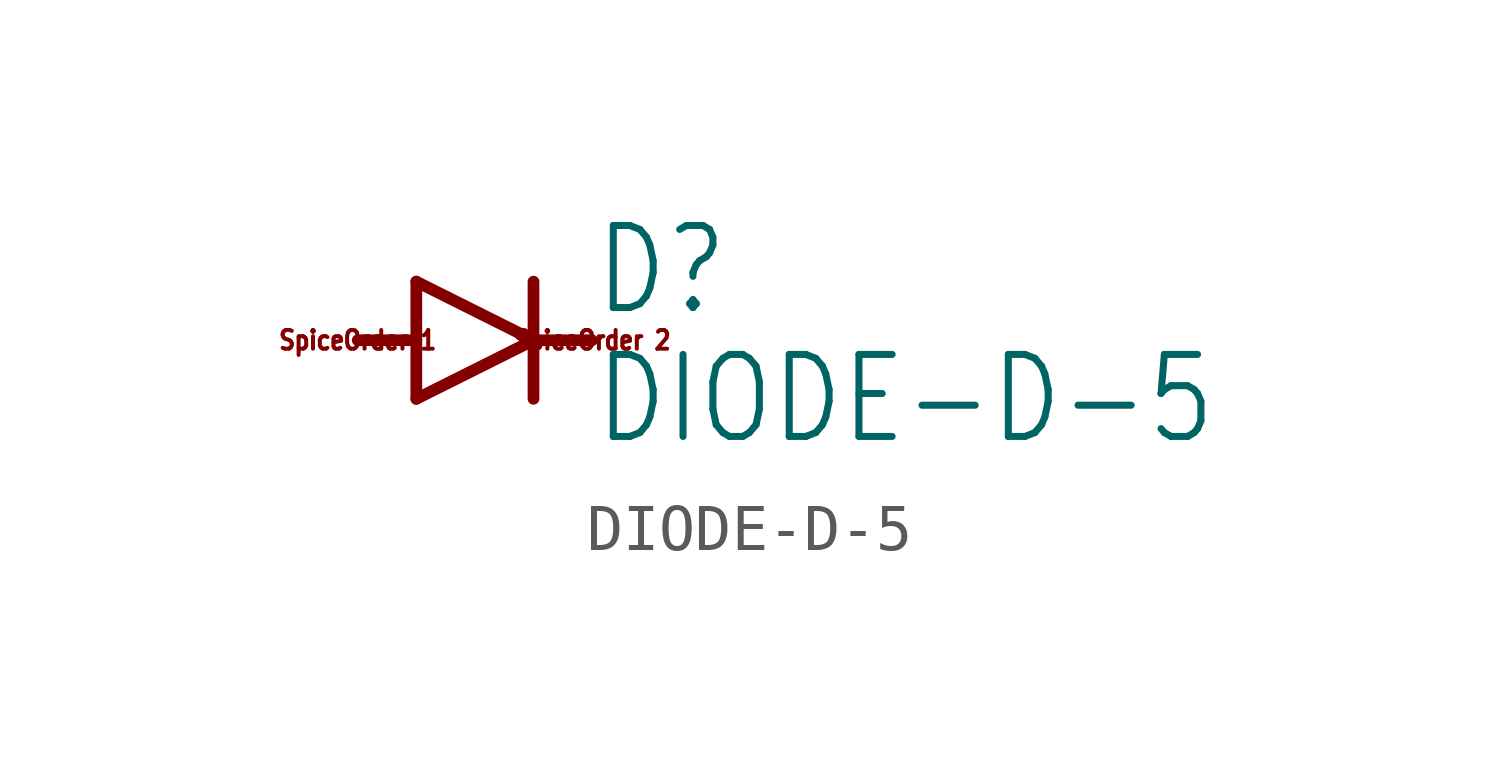
<source format=kicad_sym>
(kicad_symbol_lib
  (version 20211014)
  (generator kicad_symbol_editor)
  (symbol "DIODE-D-5"
    (property "Reference" "D"
      (at 2.54 0.483 0)
      (effects (font (size 1.778 1.511)) (justify left bottom)))
    (property "Value" "DIODE-D-5"
      (at 2.54 -2.311 0)
      (effects (font (size 1.778 1.511)) (justify left bottom)))
    (property "ki_locked" ""
      (at 0 0 0)
      (effects (font (size 1.27 1.27))))
    (symbol "DIODE-D-5_1_0"
      (polyline (pts (xy -1.27 -1.27) (xy 1.27 0)) (stroke (width 0.254) (type default) (color 0 0 0 0)) (fill (type none)))
      (polyline (pts (xy -1.27 0) (xy -2.54 0)) (stroke (width 0.254) (type default) (color 0 0 0 0)) (fill (type none)))
      (polyline (pts (xy -1.27 0) (xy -1.27 -1.27)) (stroke (width 0.254) (type default) (color 0 0 0 0)) (fill (type none)))
      (polyline (pts (xy -1.27 1.27) (xy -1.27 0)) (stroke (width 0.254) (type default) (color 0 0 0 0)) (fill (type none)))
      (polyline (pts (xy 1.27 0) (xy -1.27 1.27)) (stroke (width 0.254) (type default) (color 0 0 0 0)) (fill (type none)))
      (polyline (pts (xy 1.27 0) (xy 1.27 -1.27)) (stroke (width 0.254) (type default) (color 0 0 0 0)) (fill (type none)))
      (polyline (pts (xy 1.27 1.27) (xy 1.27 0)) (stroke (width 0.254) (type default) (color 0 0 0 0)) (fill (type none)))
      (polyline (pts (xy 2.54 0) (xy 1.27 0)) (stroke (width 0.254) (type default) (color 0 0 0 0)) (fill (type none)))
      (text "SpiceOrder 1" (at -2.54 0 0) (effects (font (size 0.406 0.345))))
      (text "SpiceOrder 2" (at 2.54 0 0) (effects (font (size 0.406 0.345))))
      (pin passive line (at -2.54 0 0) (length 0) (name "A" (effects (font (size 0 0)))) (number "A" (effects (font (size 0 0)))))
      (pin passive line (at 2.54 0 180) (length 0) (name "C" (effects (font (size 0 0)))) (number "C" (effects (font (size 0 0))))))))
</source>
